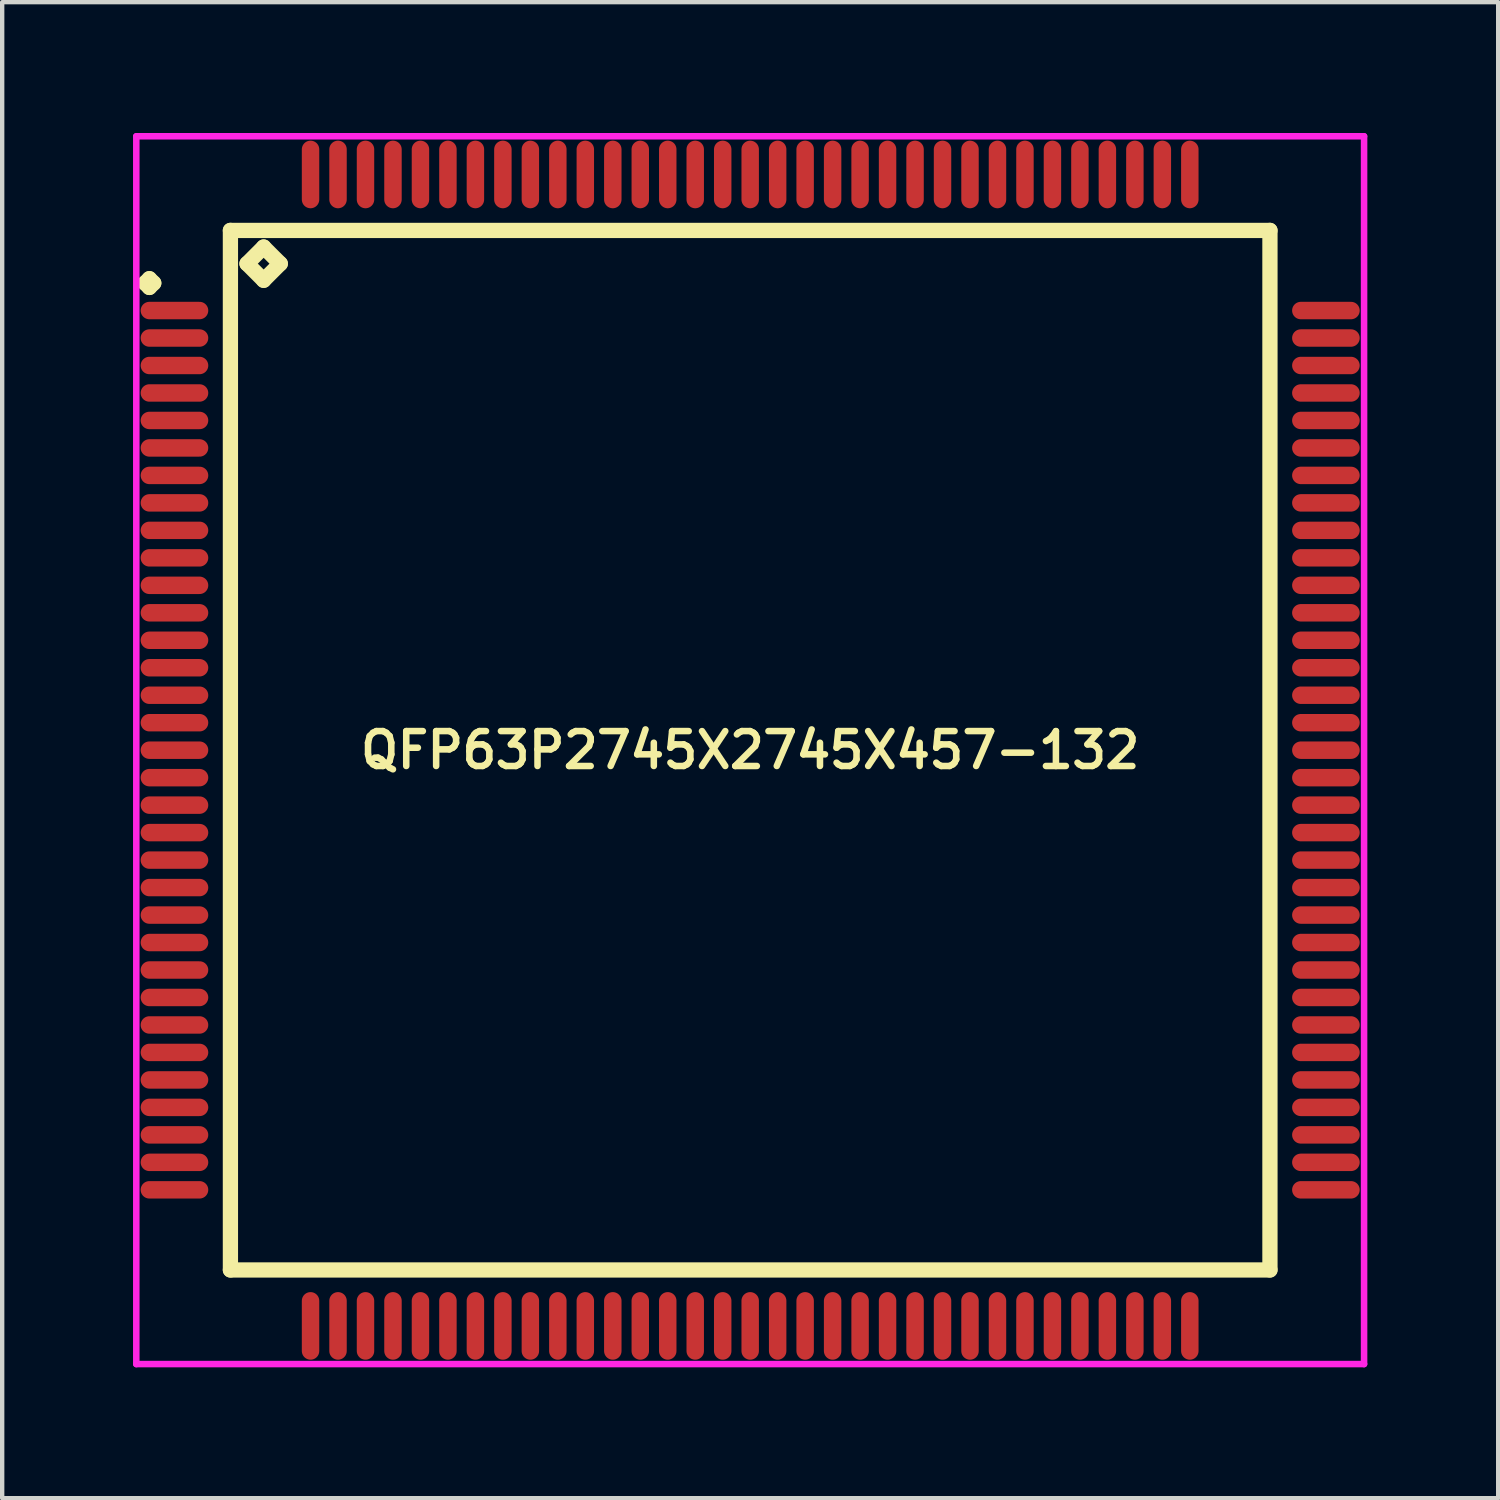
<source format=kicad_pcb>
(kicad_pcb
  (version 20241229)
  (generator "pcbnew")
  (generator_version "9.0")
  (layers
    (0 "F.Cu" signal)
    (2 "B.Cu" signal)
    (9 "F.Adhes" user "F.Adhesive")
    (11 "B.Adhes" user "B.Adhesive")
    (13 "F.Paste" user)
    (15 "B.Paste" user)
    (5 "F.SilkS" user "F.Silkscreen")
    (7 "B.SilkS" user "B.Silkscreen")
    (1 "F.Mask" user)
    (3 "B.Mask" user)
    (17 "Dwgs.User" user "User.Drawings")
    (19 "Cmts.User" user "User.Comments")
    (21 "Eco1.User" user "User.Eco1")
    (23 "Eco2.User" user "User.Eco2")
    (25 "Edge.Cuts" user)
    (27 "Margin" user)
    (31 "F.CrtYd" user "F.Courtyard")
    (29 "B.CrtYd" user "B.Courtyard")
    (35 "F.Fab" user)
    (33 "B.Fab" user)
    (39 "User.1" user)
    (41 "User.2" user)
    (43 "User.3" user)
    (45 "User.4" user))
  (footprint "QFP63P2745X2745X457-132"
    (layer "F.Cu")
    (at 14.15 14.15)
    (property "Reference" "QFP63P2745X2745X457-132" (at 0 0 0) (layer "F.SilkS") (effects (font (size 0.8 0.8) (thickness 0.15))))
    (attr smd)
    (fp_line (start -13.875 -10.71) (end -13.775 -10.81) (stroke (width 0.35) (type solid)) (layer "F.SilkS"))
    (fp_line (start -13.775 -10.81) (end -13.675 -10.71) (stroke (width 0.35) (type solid)) (layer "F.SilkS"))
    (fp_line (start -13.775 -10.61) (end -13.875 -10.71) (stroke (width 0.35) (type solid)) (layer "F.SilkS"))
    (fp_line (start -13.675 -10.71) (end -13.775 -10.61) (stroke (width 0.35) (type solid)) (layer "F.SilkS"))
    (fp_line (start -11.917 -11.917) (end -11.917 11.917) (stroke (width 0.35) (type solid)) (layer "F.SilkS"))
    (fp_line (start -11.917 11.917) (end 11.917 11.917) (stroke (width 0.35) (type solid)) (layer "F.SilkS"))
    (fp_line (start -11.536 -11.155) (end -11.155 -11.536) (stroke (width 0.35) (type solid)) (layer "F.SilkS"))
    (fp_line (start -11.155 -11.536) (end -10.774 -11.155) (stroke (width 0.35) (type solid)) (layer "F.SilkS"))
    (fp_line (start -11.155 -10.774) (end -11.536 -11.155) (stroke (width 0.35) (type solid)) (layer "F.SilkS"))
    (fp_line (start -10.774 -11.155) (end -11.155 -10.774) (stroke (width 0.35) (type solid)) (layer "F.SilkS"))
    (fp_line (start 11.917 -11.917) (end -11.917 -11.917) (stroke (width 0.35) (type solid)) (layer "F.SilkS"))
    (fp_line (start 11.917 11.917) (end 11.917 -11.917) (stroke (width 0.35) (type solid)) (layer "F.SilkS"))
    (fp_line (start -14.075 -14.075) (end 14.075 -14.075) (stroke (width 0.15) (type solid)) (layer "F.CrtYd"))
    (fp_line (start -14.075 14.075) (end -14.075 -14.075) (stroke (width 0.15) (type solid)) (layer "F.CrtYd"))
    (fp_line (start 14.075 -14.075) (end 14.075 14.075) (stroke (width 0.15) (type solid)) (layer "F.CrtYd"))
    (fp_line (start 14.075 14.075) (end -14.075 14.075) (stroke (width 0.15) (type solid)) (layer "F.CrtYd"))
    (pad "1" smd oval (at -13.2 -10.08) (size 1.55 0.4) (layers "F.Cu" "F.Mask" "F.Paste"))
    (pad "2" smd oval (at -13.2 -9.45) (size 1.55 0.4) (layers "F.Cu" "F.Mask" "F.Paste"))
    (pad "3" smd oval (at -13.2 -8.82) (size 1.55 0.4) (layers "F.Cu" "F.Mask" "F.Paste"))
    (pad "4" smd oval (at -13.2 -8.19) (size 1.55 0.4) (layers "F.Cu" "F.Mask" "F.Paste"))
    (pad "5" smd oval (at -13.2 -7.56) (size 1.55 0.4) (layers "F.Cu" "F.Mask" "F.Paste"))
    (pad "6" smd oval (at -13.2 -6.93) (size 1.55 0.4) (layers "F.Cu" "F.Mask" "F.Paste"))
    (pad "7" smd oval (at -13.2 -6.3) (size 1.55 0.4) (layers "F.Cu" "F.Mask" "F.Paste"))
    (pad "8" smd oval (at -13.2 -5.67) (size 1.55 0.4) (layers "F.Cu" "F.Mask" "F.Paste"))
    (pad "9" smd oval (at -13.2 -5.04) (size 1.55 0.4) (layers "F.Cu" "F.Mask" "F.Paste"))
    (pad "10" smd oval (at -13.2 -4.41) (size 1.55 0.4) (layers "F.Cu" "F.Mask" "F.Paste"))
    (pad "11" smd oval (at -13.2 -3.78) (size 1.55 0.4) (layers "F.Cu" "F.Mask" "F.Paste"))
    (pad "12" smd oval (at -13.2 -3.15) (size 1.55 0.4) (layers "F.Cu" "F.Mask" "F.Paste"))
    (pad "13" smd oval (at -13.2 -2.52) (size 1.55 0.4) (layers "F.Cu" "F.Mask" "F.Paste"))
    (pad "14" smd oval (at -13.2 -1.89) (size 1.55 0.4) (layers "F.Cu" "F.Mask" "F.Paste"))
    (pad "15" smd oval (at -13.2 -1.26) (size 1.55 0.4) (layers "F.Cu" "F.Mask" "F.Paste"))
    (pad "16" smd oval (at -13.2 -0.63) (size 1.55 0.4) (layers "F.Cu" "F.Mask" "F.Paste"))
    (pad "17" smd oval (at -13.2 0) (size 1.55 0.4) (layers "F.Cu" "F.Mask" "F.Paste"))
    (pad "18" smd oval (at -13.2 0.63) (size 1.55 0.4) (layers "F.Cu" "F.Mask" "F.Paste"))
    (pad "19" smd oval (at -13.2 1.26) (size 1.55 0.4) (layers "F.Cu" "F.Mask" "F.Paste"))
    (pad "20" smd oval (at -13.2 1.89) (size 1.55 0.4) (layers "F.Cu" "F.Mask" "F.Paste"))
    (pad "21" smd oval (at -13.2 2.52) (size 1.55 0.4) (layers "F.Cu" "F.Mask" "F.Paste"))
    (pad "22" smd oval (at -13.2 3.15) (size 1.55 0.4) (layers "F.Cu" "F.Mask" "F.Paste"))
    (pad "23" smd oval (at -13.2 3.78) (size 1.55 0.4) (layers "F.Cu" "F.Mask" "F.Paste"))
    (pad "24" smd oval (at -13.2 4.41) (size 1.55 0.4) (layers "F.Cu" "F.Mask" "F.Paste"))
    (pad "25" smd oval (at -13.2 5.04) (size 1.55 0.4) (layers "F.Cu" "F.Mask" "F.Paste"))
    (pad "26" smd oval (at -13.2 5.67) (size 1.55 0.4) (layers "F.Cu" "F.Mask" "F.Paste"))
    (pad "27" smd oval (at -13.2 6.3) (size 1.55 0.4) (layers "F.Cu" "F.Mask" "F.Paste"))
    (pad "28" smd oval (at -13.2 6.93) (size 1.55 0.4) (layers "F.Cu" "F.Mask" "F.Paste"))
    (pad "29" smd oval (at -13.2 7.56) (size 1.55 0.4) (layers "F.Cu" "F.Mask" "F.Paste"))
    (pad "30" smd oval (at -13.2 8.19) (size 1.55 0.4) (layers "F.Cu" "F.Mask" "F.Paste"))
    (pad "31" smd oval (at -13.2 8.82) (size 1.55 0.4) (layers "F.Cu" "F.Mask" "F.Paste"))
    (pad "32" smd oval (at -13.2 9.45) (size 1.55 0.4) (layers "F.Cu" "F.Mask" "F.Paste"))
    (pad "33" smd oval (at -13.2 10.08) (size 1.55 0.4) (layers "F.Cu" "F.Mask" "F.Paste"))
    (pad "34" smd oval (at -10.08 13.2) (size 0.4 1.55) (layers "F.Cu" "F.Mask" "F.Paste"))
    (pad "35" smd oval (at -9.45 13.2) (size 0.4 1.55) (layers "F.Cu" "F.Mask" "F.Paste"))
    (pad "36" smd oval (at -8.82 13.2) (size 0.4 1.55) (layers "F.Cu" "F.Mask" "F.Paste"))
    (pad "37" smd oval (at -8.19 13.2) (size 0.4 1.55) (layers "F.Cu" "F.Mask" "F.Paste"))
    (pad "38" smd oval (at -7.56 13.2) (size 0.4 1.55) (layers "F.Cu" "F.Mask" "F.Paste"))
    (pad "39" smd oval (at -6.93 13.2) (size 0.4 1.55) (layers "F.Cu" "F.Mask" "F.Paste"))
    (pad "40" smd oval (at -6.3 13.2) (size 0.4 1.55) (layers "F.Cu" "F.Mask" "F.Paste"))
    (pad "41" smd oval (at -5.67 13.2) (size 0.4 1.55) (layers "F.Cu" "F.Mask" "F.Paste"))
    (pad "42" smd oval (at -5.04 13.2) (size 0.4 1.55) (layers "F.Cu" "F.Mask" "F.Paste"))
    (pad "43" smd oval (at -4.41 13.2) (size 0.4 1.55) (layers "F.Cu" "F.Mask" "F.Paste"))
    (pad "44" smd oval (at -3.78 13.2) (size 0.4 1.55) (layers "F.Cu" "F.Mask" "F.Paste"))
    (pad "45" smd oval (at -3.15 13.2) (size 0.4 1.55) (layers "F.Cu" "F.Mask" "F.Paste"))
    (pad "46" smd oval (at -2.52 13.2) (size 0.4 1.55) (layers "F.Cu" "F.Mask" "F.Paste"))
    (pad "47" smd oval (at -1.89 13.2) (size 0.4 1.55) (layers "F.Cu" "F.Mask" "F.Paste"))
    (pad "48" smd oval (at -1.26 13.2) (size 0.4 1.55) (layers "F.Cu" "F.Mask" "F.Paste"))
    (pad "49" smd oval (at -0.63 13.2) (size 0.4 1.55) (layers "F.Cu" "F.Mask" "F.Paste"))
    (pad "50" smd oval (at 0 13.2) (size 0.4 1.55) (layers "F.Cu" "F.Mask" "F.Paste"))
    (pad "51" smd oval (at 0.63 13.2) (size 0.4 1.55) (layers "F.Cu" "F.Mask" "F.Paste"))
    (pad "52" smd oval (at 1.26 13.2) (size 0.4 1.55) (layers "F.Cu" "F.Mask" "F.Paste"))
    (pad "53" smd oval (at 1.89 13.2) (size 0.4 1.55) (layers "F.Cu" "F.Mask" "F.Paste"))
    (pad "54" smd oval (at 2.52 13.2) (size 0.4 1.55) (layers "F.Cu" "F.Mask" "F.Paste"))
    (pad "55" smd oval (at 3.15 13.2) (size 0.4 1.55) (layers "F.Cu" "F.Mask" "F.Paste"))
    (pad "56" smd oval (at 3.78 13.2) (size 0.4 1.55) (layers "F.Cu" "F.Mask" "F.Paste"))
    (pad "57" smd oval (at 4.41 13.2) (size 0.4 1.55) (layers "F.Cu" "F.Mask" "F.Paste"))
    (pad "58" smd oval (at 5.04 13.2) (size 0.4 1.55) (layers "F.Cu" "F.Mask" "F.Paste"))
    (pad "59" smd oval (at 5.67 13.2) (size 0.4 1.55) (layers "F.Cu" "F.Mask" "F.Paste"))
    (pad "60" smd oval (at 6.3 13.2) (size 0.4 1.55) (layers "F.Cu" "F.Mask" "F.Paste"))
    (pad "61" smd oval (at 6.93 13.2) (size 0.4 1.55) (layers "F.Cu" "F.Mask" "F.Paste"))
    (pad "62" smd oval (at 7.56 13.2) (size 0.4 1.55) (layers "F.Cu" "F.Mask" "F.Paste"))
    (pad "63" smd oval (at 8.19 13.2) (size 0.4 1.55) (layers "F.Cu" "F.Mask" "F.Paste"))
    (pad "64" smd oval (at 8.82 13.2) (size 0.4 1.55) (layers "F.Cu" "F.Mask" "F.Paste"))
    (pad "65" smd oval (at 9.45 13.2) (size 0.4 1.55) (layers "F.Cu" "F.Mask" "F.Paste"))
    (pad "66" smd oval (at 10.08 13.2) (size 0.4 1.55) (layers "F.Cu" "F.Mask" "F.Paste"))
    (pad "67" smd oval (at 13.2 10.08) (size 1.55 0.4) (layers "F.Cu" "F.Mask" "F.Paste"))
    (pad "68" smd oval (at 13.2 9.45) (size 1.55 0.4) (layers "F.Cu" "F.Mask" "F.Paste"))
    (pad "69" smd oval (at 13.2 8.82) (size 1.55 0.4) (layers "F.Cu" "F.Mask" "F.Paste"))
    (pad "70" smd oval (at 13.2 8.19) (size 1.55 0.4) (layers "F.Cu" "F.Mask" "F.Paste"))
    (pad "71" smd oval (at 13.2 7.56) (size 1.55 0.4) (layers "F.Cu" "F.Mask" "F.Paste"))
    (pad "72" smd oval (at 13.2 6.93) (size 1.55 0.4) (layers "F.Cu" "F.Mask" "F.Paste"))
    (pad "73" smd oval (at 13.2 6.3) (size 1.55 0.4) (layers "F.Cu" "F.Mask" "F.Paste"))
    (pad "74" smd oval (at 13.2 5.67) (size 1.55 0.4) (layers "F.Cu" "F.Mask" "F.Paste"))
    (pad "75" smd oval (at 13.2 5.04) (size 1.55 0.4) (layers "F.Cu" "F.Mask" "F.Paste"))
    (pad "76" smd oval (at 13.2 4.41) (size 1.55 0.4) (layers "F.Cu" "F.Mask" "F.Paste"))
    (pad "77" smd oval (at 13.2 3.78) (size 1.55 0.4) (layers "F.Cu" "F.Mask" "F.Paste"))
    (pad "78" smd oval (at 13.2 3.15) (size 1.55 0.4) (layers "F.Cu" "F.Mask" "F.Paste"))
    (pad "79" smd oval (at 13.2 2.52) (size 1.55 0.4) (layers "F.Cu" "F.Mask" "F.Paste"))
    (pad "80" smd oval (at 13.2 1.89) (size 1.55 0.4) (layers "F.Cu" "F.Mask" "F.Paste"))
    (pad "81" smd oval (at 13.2 1.26) (size 1.55 0.4) (layers "F.Cu" "F.Mask" "F.Paste"))
    (pad "82" smd oval (at 13.2 0.63) (size 1.55 0.4) (layers "F.Cu" "F.Mask" "F.Paste"))
    (pad "83" smd oval (at 13.2 0) (size 1.55 0.4) (layers "F.Cu" "F.Mask" "F.Paste"))
    (pad "84" smd oval (at 13.2 -0.63) (size 1.55 0.4) (layers "F.Cu" "F.Mask" "F.Paste"))
    (pad "85" smd oval (at 13.2 -1.26) (size 1.55 0.4) (layers "F.Cu" "F.Mask" "F.Paste"))
    (pad "86" smd oval (at 13.2 -1.89) (size 1.55 0.4) (layers "F.Cu" "F.Mask" "F.Paste"))
    (pad "87" smd oval (at 13.2 -2.52) (size 1.55 0.4) (layers "F.Cu" "F.Mask" "F.Paste"))
    (pad "88" smd oval (at 13.2 -3.15) (size 1.55 0.4) (layers "F.Cu" "F.Mask" "F.Paste"))
    (pad "89" smd oval (at 13.2 -3.78) (size 1.55 0.4) (layers "F.Cu" "F.Mask" "F.Paste"))
    (pad "90" smd oval (at 13.2 -4.41) (size 1.55 0.4) (layers "F.Cu" "F.Mask" "F.Paste"))
    (pad "91" smd oval (at 13.2 -5.04) (size 1.55 0.4) (layers "F.Cu" "F.Mask" "F.Paste"))
    (pad "92" smd oval (at 13.2 -5.67) (size 1.55 0.4) (layers "F.Cu" "F.Mask" "F.Paste"))
    (pad "93" smd oval (at 13.2 -6.3) (size 1.55 0.4) (layers "F.Cu" "F.Mask" "F.Paste"))
    (pad "94" smd oval (at 13.2 -6.93) (size 1.55 0.4) (layers "F.Cu" "F.Mask" "F.Paste"))
    (pad "95" smd oval (at 13.2 -7.56) (size 1.55 0.4) (layers "F.Cu" "F.Mask" "F.Paste"))
    (pad "96" smd oval (at 13.2 -8.19) (size 1.55 0.4) (layers "F.Cu" "F.Mask" "F.Paste"))
    (pad "97" smd oval (at 13.2 -8.82) (size 1.55 0.4) (layers "F.Cu" "F.Mask" "F.Paste"))
    (pad "98" smd oval (at 13.2 -9.45) (size 1.55 0.4) (layers "F.Cu" "F.Mask" "F.Paste"))
    (pad "99" smd oval (at 13.2 -10.08) (size 1.55 0.4) (layers "F.Cu" "F.Mask" "F.Paste"))
    (pad "100" smd oval (at 10.08 -13.2) (size 0.4 1.55) (layers "F.Cu" "F.Mask" "F.Paste"))
    (pad "101" smd oval (at 9.45 -13.2) (size 0.4 1.55) (layers "F.Cu" "F.Mask" "F.Paste"))
    (pad "102" smd oval (at 8.82 -13.2) (size 0.4 1.55) (layers "F.Cu" "F.Mask" "F.Paste"))
    (pad "103" smd oval (at 8.19 -13.2) (size 0.4 1.55) (layers "F.Cu" "F.Mask" "F.Paste"))
    (pad "104" smd oval (at 7.56 -13.2) (size 0.4 1.55) (layers "F.Cu" "F.Mask" "F.Paste"))
    (pad "105" smd oval (at 6.93 -13.2) (size 0.4 1.55) (layers "F.Cu" "F.Mask" "F.Paste"))
    (pad "106" smd oval (at 6.3 -13.2) (size 0.4 1.55) (layers "F.Cu" "F.Mask" "F.Paste"))
    (pad "107" smd oval (at 5.67 -13.2) (size 0.4 1.55) (layers "F.Cu" "F.Mask" "F.Paste"))
    (pad "108" smd oval (at 5.04 -13.2) (size 0.4 1.55) (layers "F.Cu" "F.Mask" "F.Paste"))
    (pad "109" smd oval (at 4.41 -13.2) (size 0.4 1.55) (layers "F.Cu" "F.Mask" "F.Paste"))
    (pad "110" smd oval (at 3.78 -13.2) (size 0.4 1.55) (layers "F.Cu" "F.Mask" "F.Paste"))
    (pad "111" smd oval (at 3.15 -13.2) (size 0.4 1.55) (layers "F.Cu" "F.Mask" "F.Paste"))
    (pad "112" smd oval (at 2.52 -13.2) (size 0.4 1.55) (layers "F.Cu" "F.Mask" "F.Paste"))
    (pad "113" smd oval (at 1.89 -13.2) (size 0.4 1.55) (layers "F.Cu" "F.Mask" "F.Paste"))
    (pad "114" smd oval (at 1.26 -13.2) (size 0.4 1.55) (layers "F.Cu" "F.Mask" "F.Paste"))
    (pad "115" smd oval (at 0.63 -13.2) (size 0.4 1.55) (layers "F.Cu" "F.Mask" "F.Paste"))
    (pad "116" smd oval (at 0 -13.2) (size 0.4 1.55) (layers "F.Cu" "F.Mask" "F.Paste"))
    (pad "117" smd oval (at -0.63 -13.2) (size 0.4 1.55) (layers "F.Cu" "F.Mask" "F.Paste"))
    (pad "118" smd oval (at -1.26 -13.2) (size 0.4 1.55) (layers "F.Cu" "F.Mask" "F.Paste"))
    (pad "119" smd oval (at -1.89 -13.2) (size 0.4 1.55) (layers "F.Cu" "F.Mask" "F.Paste"))
    (pad "120" smd oval (at -2.52 -13.2) (size 0.4 1.55) (layers "F.Cu" "F.Mask" "F.Paste"))
    (pad "121" smd oval (at -3.15 -13.2) (size 0.4 1.55) (layers "F.Cu" "F.Mask" "F.Paste"))
    (pad "122" smd oval (at -3.78 -13.2) (size 0.4 1.55) (layers "F.Cu" "F.Mask" "F.Paste"))
    (pad "123" smd oval (at -4.41 -13.2) (size 0.4 1.55) (layers "F.Cu" "F.Mask" "F.Paste"))
    (pad "124" smd oval (at -5.04 -13.2) (size 0.4 1.55) (layers "F.Cu" "F.Mask" "F.Paste"))
    (pad "125" smd oval (at -5.67 -13.2) (size 0.4 1.55) (layers "F.Cu" "F.Mask" "F.Paste"))
    (pad "126" smd oval (at -6.3 -13.2) (size 0.4 1.55) (layers "F.Cu" "F.Mask" "F.Paste"))
    (pad "127" smd oval (at -6.93 -13.2) (size 0.4 1.55) (layers "F.Cu" "F.Mask" "F.Paste"))
    (pad "128" smd oval (at -7.56 -13.2) (size 0.4 1.55) (layers "F.Cu" "F.Mask" "F.Paste"))
    (pad "129" smd oval (at -8.19 -13.2) (size 0.4 1.55) (layers "F.Cu" "F.Mask" "F.Paste"))
    (pad "130" smd oval (at -8.82 -13.2) (size 0.4 1.55) (layers "F.Cu" "F.Mask" "F.Paste"))
    (pad "131" smd oval (at -9.45 -13.2) (size 0.4 1.55) (layers "F.Cu" "F.Mask" "F.Paste"))
    (pad "132" smd oval (at -10.08 -13.2) (size 0.4 1.55) (layers "F.Cu" "F.Mask" "F.Paste")))
  (gr_rect
    (start -3 -3)
    (end 31.3 31.3)
    (stroke (width 0.1) (type default))
    (fill no)
    (layer "Edge.Cuts")))
</source>
